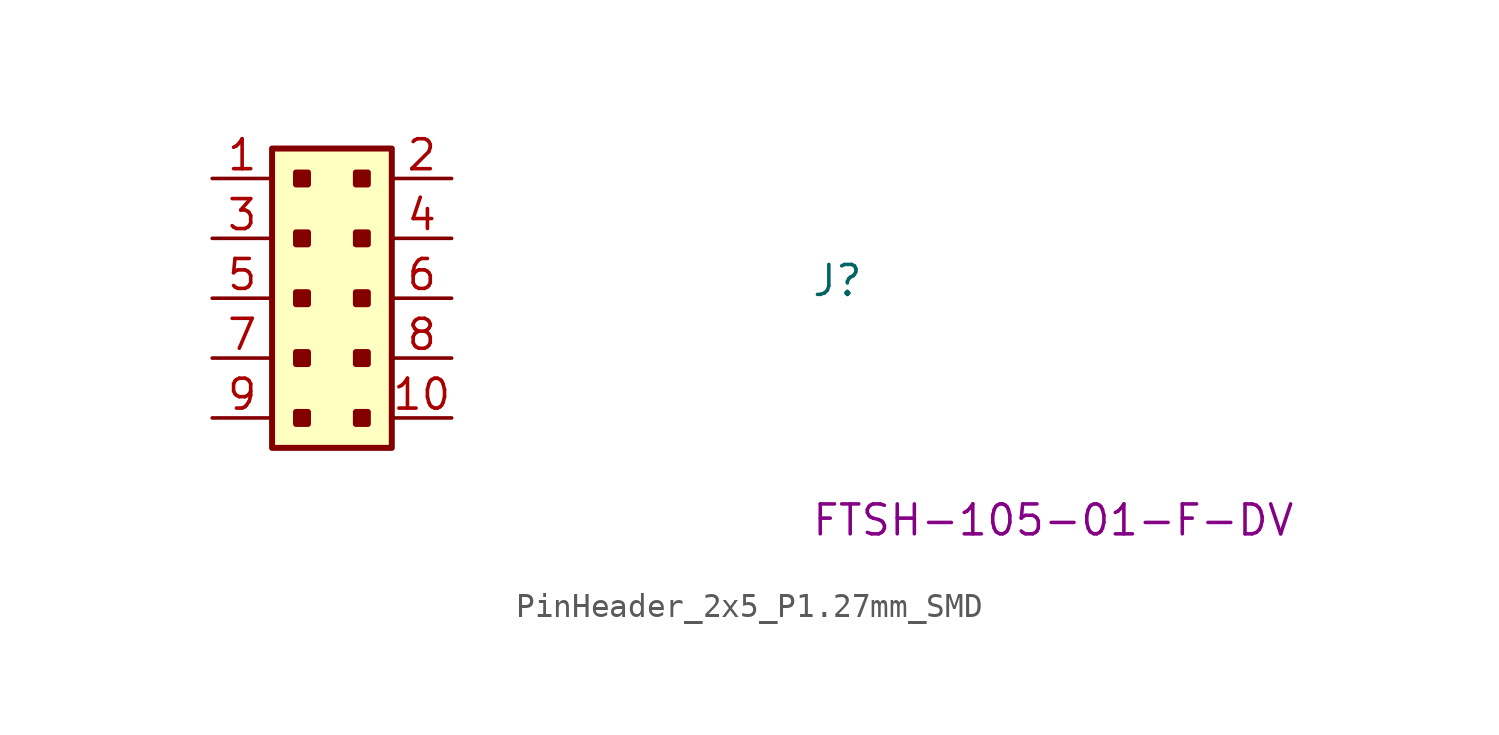
<source format=kicad_sym>
(kicad_symbol_lib
  (version 20220914)
  (generator kicad_symbol_editor)
  (symbol "PinHeader_2x5_P1.27mm_SMD"
    (property "Reference" "J"
      (at 25.4 -5.08 0)
      (effects (font (size 1.27 1.27) (thickness 0.15)) (justify left bottom)))
    (property "MPN" "FTSH-105-01-F-DV"
      (at 25.4 -15.24 0)
      (effects (font (size 1.27 1.27) (thickness 0.15)) (justify left bottom)))
    (symbol "PinHeader_2x5_P1.27mm_SMD_1_1"
      (rectangle (start 2.54 1.27) (end 7.62 -11.43) (stroke (width 0.254) (type default)) (fill (type background)))
      (rectangle (start 3.556 -9.906) (end 4.064 -10.414) (stroke (width 0.254) (type default)) (fill (type outline)))
      (rectangle (start 3.556 -7.366) (end 4.064 -7.874) (stroke (width 0.254) (type default)) (fill (type outline)))
      (rectangle (start 3.556 -4.826) (end 4.064 -5.334) (stroke (width 0.254) (type default)) (fill (type outline)))
      (rectangle (start 3.556 -2.286) (end 4.064 -2.794) (stroke (width 0.254) (type default)) (fill (type outline)))
      (rectangle (start 3.556 0.254) (end 4.064 -0.254) (stroke (width 0.254) (type default)) (fill (type outline)))
      (rectangle (start 6.096 -9.906) (end 6.604 -10.414) (stroke (width 0.254) (type default)) (fill (type outline)))
      (rectangle (start 6.096 -7.366) (end 6.604 -7.874) (stroke (width 0.254) (type default)) (fill (type outline)))
      (rectangle (start 6.096 -4.826) (end 6.604 -5.334) (stroke (width 0.254) (type default)) (fill (type outline)))
      (rectangle (start 6.096 -2.286) (end 6.604 -2.794) (stroke (width 0.254) (type default)) (fill (type outline)))
      (rectangle (start 6.096 0.254) (end 6.604 -0.254) (stroke (width 0.254) (type default)) (fill (type outline)))
      (pin passive line (at 0 0 0) (length 2.54) (name "~" (effects (font (size 1.27 1.27)))) (number "1" (effects (font (size 1.27 1.27)))))
      (pin passive line (at 10.16 -10.16 180) (length 2.54) (name "~" (effects (font (size 1.27 1.27)))) (number "10" (effects (font (size 1.27 1.27)))))
      (pin passive line (at 10.16 0 180) (length 2.54) (name "~" (effects (font (size 1.27 1.27)))) (number "2" (effects (font (size 1.27 1.27)))))
      (pin passive line (at 0 -2.54 0) (length 2.54) (name "~" (effects (font (size 1.27 1.27)))) (number "3" (effects (font (size 1.27 1.27)))))
      (pin passive line (at 10.16 -2.54 180) (length 2.54) (name "~" (effects (font (size 1.27 1.27)))) (number "4" (effects (font (size 1.27 1.27)))))
      (pin passive line (at 0 -5.08 0) (length 2.54) (name "~" (effects (font (size 1.27 1.27)))) (number "5" (effects (font (size 1.27 1.27)))))
      (pin passive line (at 10.16 -5.08 180) (length 2.54) (name "~" (effects (font (size 1.27 1.27)))) (number "6" (effects (font (size 1.27 1.27)))))
      (pin passive line (at 0 -7.62 0) (length 2.54) (name "~" (effects (font (size 1.27 1.27)))) (number "7" (effects (font (size 1.27 1.27)))))
      (pin passive line (at 10.16 -7.62 180) (length 2.54) (name "~" (effects (font (size 1.27 1.27)))) (number "8" (effects (font (size 1.27 1.27)))))
      (pin passive line (at 0 -10.16 0) (length 2.54) (name "~" (effects (font (size 1.27 1.27)))) (number "9" (effects (font (size 1.27 1.27))))))))
</source>
